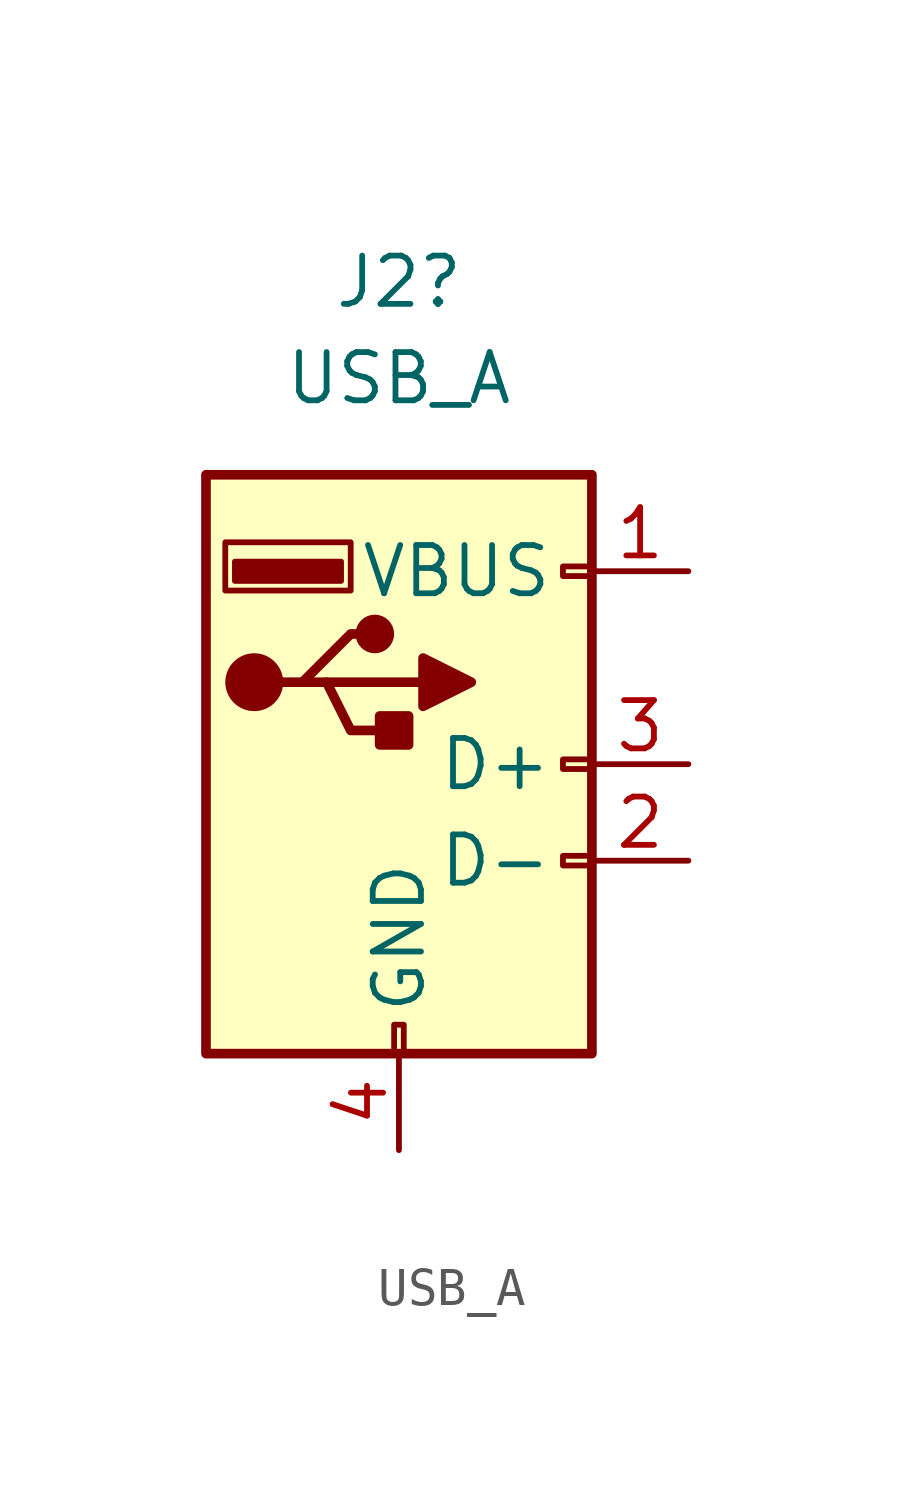
<source format=kicad_sym>
(kicad_symbol_lib
  (version 20220914)
  (generator kicad_symbol_editor)
  (symbol "USB_A"
    (pin_names
      (offset 1.016))
    (property "Reference" "J2"
      (at 0 12.7 0)
      (effects (font (size 1.27 1.27))))
    (property "Value" "USB_A"
      (at 0 10.16 0)
      (effects (font (size 1.27 1.27))))
    (symbol "USB_A_0_1"
      (rectangle (start -5.08 -7.62) (end 5.08 7.62) (stroke (width 0.254) (type default)) (fill (type background)))
      (circle (center -3.81 2.159) (radius 0.635) (stroke (width 0.254) (type default)) (fill (type outline)))
      (rectangle (start -1.524 4.826) (end -4.318 5.334) (stroke (width 0) (type default)) (fill (type outline)))
      (rectangle (start -1.27 4.572) (end -4.572 5.842) (stroke (width 0) (type default)) (fill (type none)))
      (circle (center -0.635 3.429) (radius 0.381) (stroke (width 0.254) (type default)) (fill (type outline)))
      (rectangle (start -0.127 -7.62) (end 0.127 -6.858) (stroke (width 0) (type default)) (fill (type none)))
      (polyline (pts (xy -3.175 2.159) (xy -2.54 2.159) (xy -1.27 3.429) (xy -0.635 3.429)) (stroke (width 0.254) (type default)) (fill (type none)))
      (polyline (pts (xy -2.54 2.159) (xy -1.905 2.159) (xy -1.27 0.889) (xy 0 0.889)) (stroke (width 0.254) (type default)) (fill (type none)))
      (polyline (pts (xy 0.635 2.794) (xy 0.635 1.524) (xy 1.905 2.159) (xy 0.635 2.794)) (stroke (width 0.254) (type default)) (fill (type outline)))
      (rectangle (start 0.254 1.27) (end -0.508 0.508) (stroke (width 0.254) (type default)) (fill (type outline)))
      (rectangle (start 5.08 -2.667) (end 4.318 -2.413) (stroke (width 0) (type default)) (fill (type none)))
      (rectangle (start 5.08 -0.127) (end 4.318 0.127) (stroke (width 0) (type default)) (fill (type none)))
      (rectangle (start 5.08 4.953) (end 4.318 5.207) (stroke (width 0) (type default)) (fill (type none))))
    (symbol "USB_A_1_1"
      (polyline (pts (xy -1.905 2.159) (xy 0.635 2.159)) (stroke (width 0.254) (type default)) (fill (type none)))
      (pin power_in line (at 7.62 5.08 180) (length 2.54) (name "VBUS" (effects (font (size 1.27 1.27)))) (number "1" (effects (font (size 1.27 1.27)))))
      (pin bidirectional line (at 7.62 -2.54 180) (length 2.54) (name "D-" (effects (font (size 1.27 1.27)))) (number "2" (effects (font (size 1.27 1.27)))))
      (pin bidirectional line (at 7.62 0 180) (length 2.54) (name "D+" (effects (font (size 1.27 1.27)))) (number "3" (effects (font (size 1.27 1.27)))))
      (pin power_in line (at 0 -10.16 90) (length 2.54) (name "GND" (effects (font (size 1.27 1.27)))) (number "4" (effects (font (size 1.27 1.27))))))))
</source>
